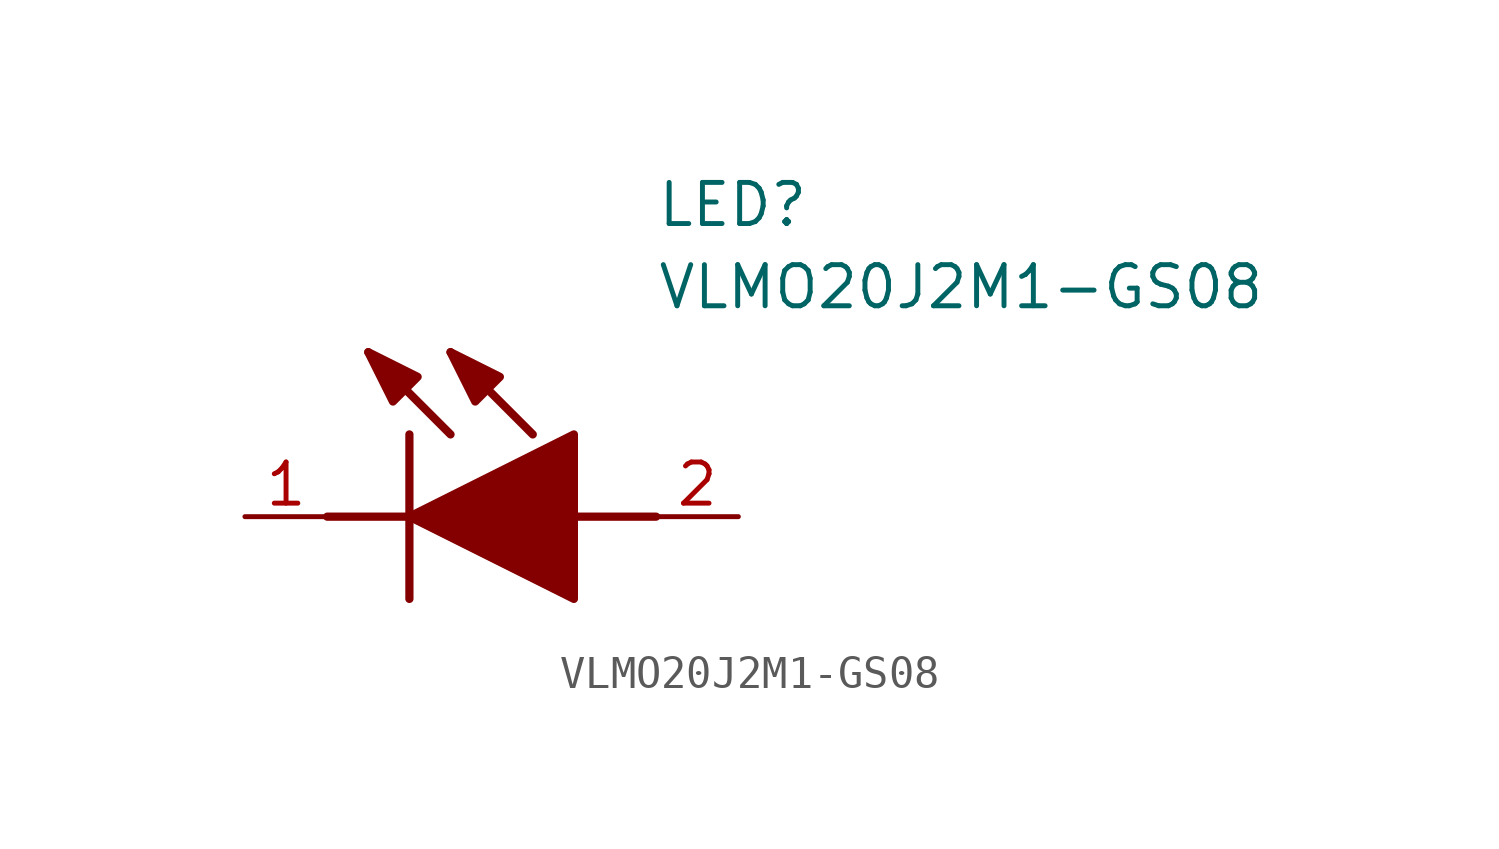
<source format=kicad_sym>
(kicad_symbol_lib
  (version 20220914)
  (generator kicad_symbol_editor)
  (symbol "VLMO20J2M1-GS08"
    (pin_names hide)
    (property "Reference" "LED"
      (at 12.7 8.89 0)
      (effects (font (size 1.27 1.27)) (justify left bottom)))
    (property "Value" "VLMO20J2M1-GS08"
      (at 12.7 6.35 0)
      (effects (font (size 1.27 1.27)) (justify left bottom)))
    (symbol "VLMO20J2M1-GS08_1_1"
      (polyline (pts (xy 2.54 0) (xy 5.08 0)) (stroke (width 0.254) (type default)) (fill (type none)))
      (polyline (pts (xy 5.08 2.54) (xy 5.08 -2.54)) (stroke (width 0.254) (type default)) (fill (type none)))
      (polyline (pts (xy 6.35 2.54) (xy 3.81 5.08)) (stroke (width 0.254) (type default)) (fill (type none)))
      (polyline (pts (xy 8.89 2.54) (xy 6.35 5.08)) (stroke (width 0.254) (type default)) (fill (type none)))
      (polyline (pts (xy 10.16 0) (xy 12.7 0)) (stroke (width 0.254) (type default)) (fill (type none)))
      (polyline (pts (xy 5.08 0) (xy 10.16 2.54) (xy 10.16 -2.54) (xy 5.08 0)) (stroke (width 0.254) (type default)) (fill (type outline)))
      (polyline (pts (xy 5.334 4.318) (xy 4.572 3.556) (xy 3.81 5.08) (xy 5.334 4.318)) (stroke (width 0.254) (type default)) (fill (type outline)))
      (polyline (pts (xy 7.874 4.318) (xy 7.112 3.556) (xy 6.35 5.08) (xy 7.874 4.318)) (stroke (width 0.254) (type default)) (fill (type outline)))
      (pin passive line (at 0 0 0) (length 2.54) (name "K" (effects (font (size 1.27 1.27)))) (number "1" (effects (font (size 1.27 1.27)))))
      (pin passive line (at 15.24 0 180) (length 2.54) (name "A" (effects (font (size 1.27 1.27)))) (number "2" (effects (font (size 1.27 1.27))))))))
</source>
